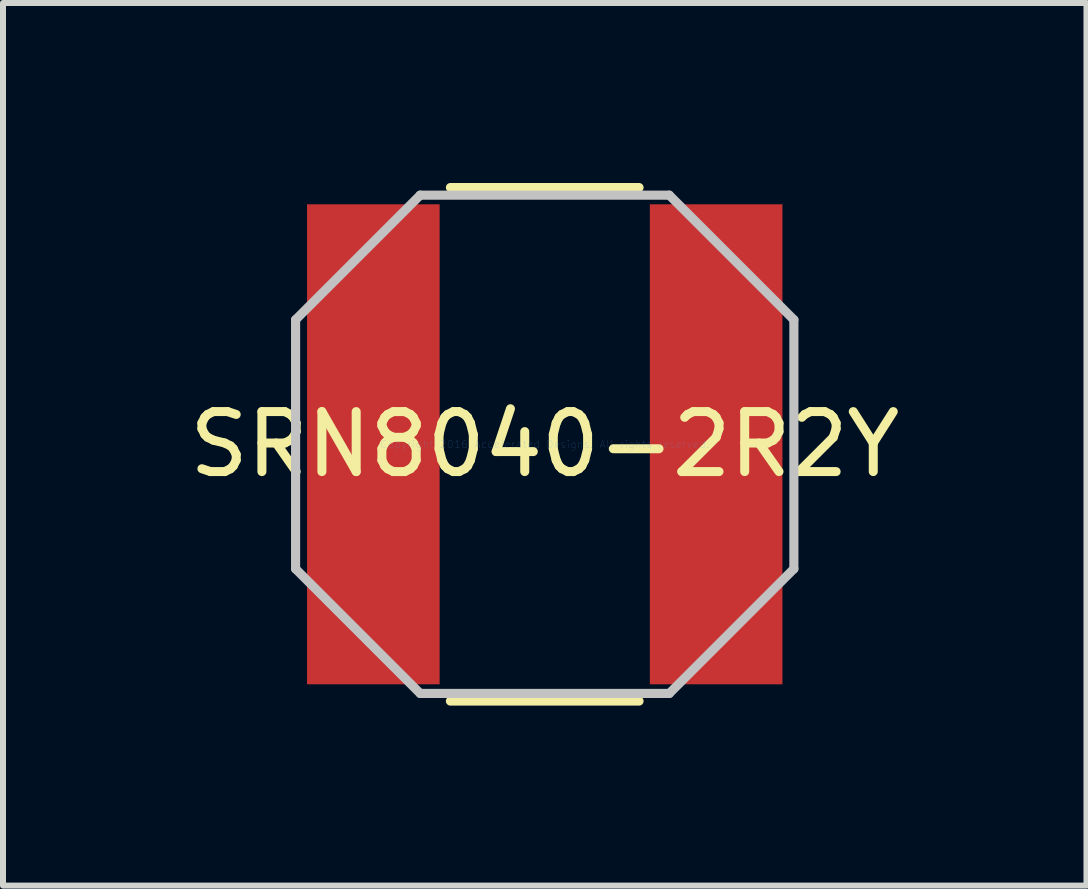
<source format=kicad_pcb>
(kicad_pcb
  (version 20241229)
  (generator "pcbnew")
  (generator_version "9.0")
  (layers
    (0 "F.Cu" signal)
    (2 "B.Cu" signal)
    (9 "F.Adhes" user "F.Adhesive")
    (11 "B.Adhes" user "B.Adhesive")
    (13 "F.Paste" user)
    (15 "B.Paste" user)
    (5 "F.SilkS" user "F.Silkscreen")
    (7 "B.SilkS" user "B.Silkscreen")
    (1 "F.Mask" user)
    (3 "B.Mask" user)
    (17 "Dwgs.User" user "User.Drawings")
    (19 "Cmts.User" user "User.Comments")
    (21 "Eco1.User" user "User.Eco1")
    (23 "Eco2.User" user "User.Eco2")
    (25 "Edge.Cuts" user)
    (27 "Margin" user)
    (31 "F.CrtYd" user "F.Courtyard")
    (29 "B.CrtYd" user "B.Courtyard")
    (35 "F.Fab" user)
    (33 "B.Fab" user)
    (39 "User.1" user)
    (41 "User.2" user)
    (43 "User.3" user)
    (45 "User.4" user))
  (footprint "SRN8040-2R2Y"
    (layer "F.Cu")
    (at 6.03 4.356)
    (property "Reference" "SRN8040-2R2Y" (at 0 0 0) (layer "F.SilkS") (effects (font (size 1 1) (thickness 0.15))))
    (attr through_hole)
    (fp_line (start -1.572 4.28) (end 1.572 4.28) (stroke (width 0.152) (type solid)) (layer "F.SilkS"))
    (fp_line (start 1.572 -4.28) (end -1.572 -4.28) (stroke (width 0.152) (type solid)) (layer "F.SilkS"))
    (fp_line (start -4.153 -2.076) (end -4.153 2.076) (stroke (width 0.152) (type solid)) (layer "Dwgs.User"))
    (fp_line (start -4.153 2.076) (end -2.076 4.153) (stroke (width 0.152) (type solid)) (layer "Dwgs.User"))
    (fp_line (start -2.076 -4.153) (end -4.153 -2.076) (stroke (width 0.152) (type solid)) (layer "Dwgs.User"))
    (fp_line (start -2.076 4.153) (end 2.076 4.153) (stroke (width 0.152) (type solid)) (layer "Dwgs.User"))
    (fp_line (start 2.076 -4.153) (end -2.076 -4.153) (stroke (width 0.152) (type solid)) (layer "Dwgs.User"))
    (fp_line (start 2.076 4.153) (end 4.153 2.076) (stroke (width 0.152) (type solid)) (layer "Dwgs.User"))
    (fp_line (start 4.153 -2.076) (end 2.076 -4.153) (stroke (width 0.152) (type solid)) (layer "Dwgs.User"))
    (fp_line (start 4.153 2.076) (end 4.153 -2.076) (stroke (width 0.152) (type solid)) (layer "Dwgs.User"))
    (fp_text user "Copyright 2016 Accelerated Designs. All rights reserved." (at 0 0 0) (layer "Cmts.User") (effects (font (size 0.127 0.127) (thickness 0.002))))
    (pad "1" smd rect (at -2.857 0) (size 2.21 8.001) (layers "F.Cu" "F.Mask" "F.Paste"))
    (pad "2" smd rect (at 2.857 0) (size 2.21 8.001) (layers "F.Cu" "F.Mask" "F.Paste")))
  (gr_rect
    (start -3 -3)
    (end 15.06 11.712)
    (stroke (width 0.1) (type default))
    (fill no)
    (layer "Edge.Cuts")))
</source>
